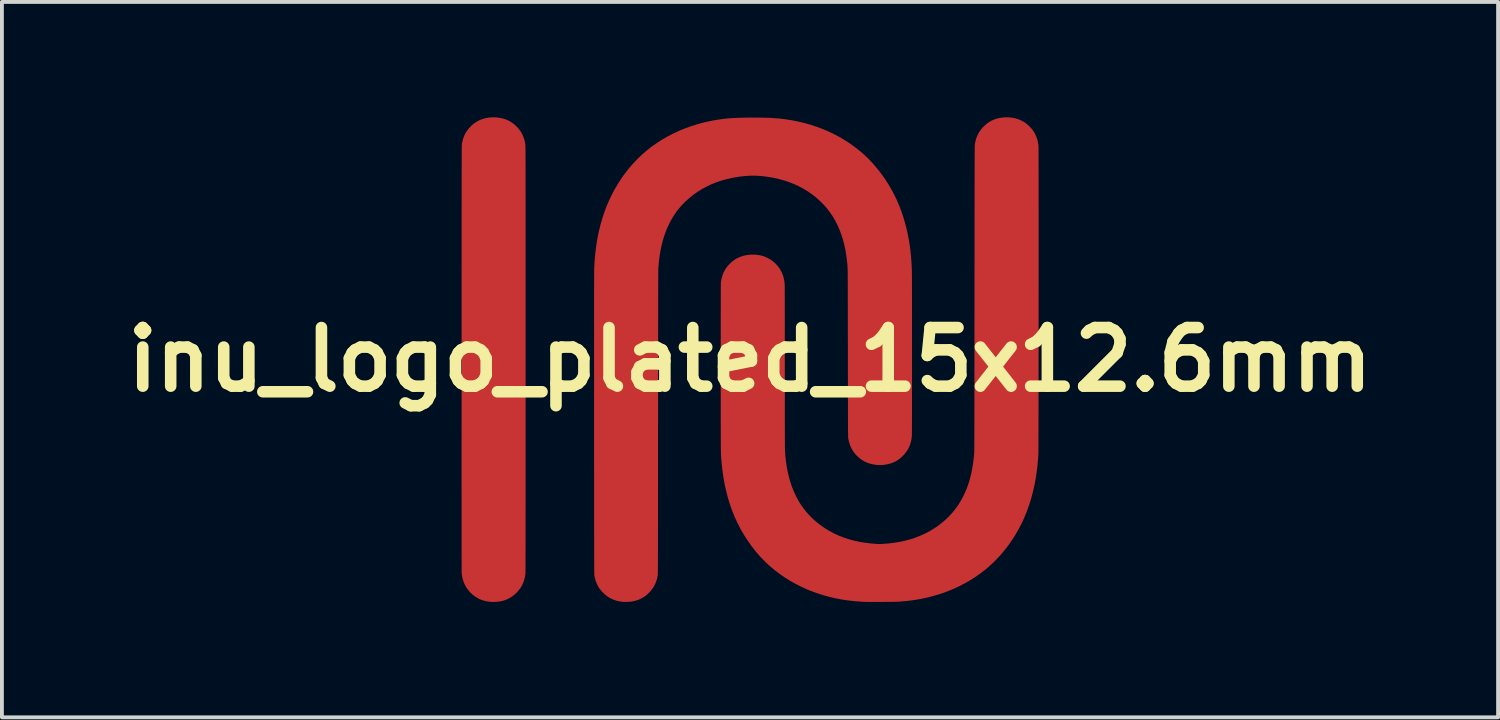
<source format=kicad_pcb>
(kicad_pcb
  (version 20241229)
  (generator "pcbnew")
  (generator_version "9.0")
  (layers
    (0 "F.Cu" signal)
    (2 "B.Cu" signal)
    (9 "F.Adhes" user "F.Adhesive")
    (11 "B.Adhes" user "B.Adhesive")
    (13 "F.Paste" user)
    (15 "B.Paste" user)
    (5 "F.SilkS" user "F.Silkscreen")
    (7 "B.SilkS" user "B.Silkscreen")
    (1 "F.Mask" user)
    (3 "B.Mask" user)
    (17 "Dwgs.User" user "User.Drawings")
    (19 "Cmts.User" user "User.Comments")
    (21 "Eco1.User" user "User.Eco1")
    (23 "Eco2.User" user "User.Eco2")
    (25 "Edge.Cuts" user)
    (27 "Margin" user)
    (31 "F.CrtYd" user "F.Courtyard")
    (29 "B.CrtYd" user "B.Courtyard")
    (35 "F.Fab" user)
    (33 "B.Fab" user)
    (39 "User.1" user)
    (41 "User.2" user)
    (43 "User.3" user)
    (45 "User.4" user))
  (footprint "inu_logo_plated_15x12.6mm"
    (layer "F.Cu")
    (at 16.445 6.298)
    (property "Reference" "inu_logo_plated_15x12.6mm" (at 0 0 0) (layer "F.SilkS") (effects (font (size 1.524 1.524) (thickness 0.3))))
    (attr through_hole)
    (pad "1" smd custom (at -6.858 -3.044) (size 0.5 0.5) (layers "F.Cu" "F.Mask") (options (anchor circle)) (primitives (gr_poly (pts (xy 0.239 -3.254) (xy 0.316 -3.247) (xy 0.39 -3.235) (xy 0.423 -3.227) (xy 0.497 -3.205) (xy 0.568 -3.175) (xy 0.635 -3.139) (xy 0.699 -3.096) (xy 0.758 -3.047) (xy 0.813 -2.993) (xy 0.862 -2.934) (xy 0.906 -2.871) (xy 0.939 -2.811) (xy 0.967 -2.746) (xy 0.99 -2.68) (xy 1.007 -2.609) (xy 1.018 -2.546) (xy 1.018 -2.544) (xy 1.019 -2.541) (xy 1.019 -2.537) (xy 1.019 -2.533) (xy 1.019 -2.529) (xy 1.02 -2.523) (xy 1.02 -2.516) (xy 1.02 -2.508) (xy 1.02 -2.499) (xy 1.021 -2.489) (xy 1.021 -2.477) (xy 1.021 -2.464) (xy 1.021 -2.449) (xy 1.022 -2.432) (xy 1.022 -2.413) (xy 1.022 -2.392) (xy 1.022 -2.369) (xy 1.022 -2.343) (xy 1.023 -2.315) (xy 1.023 -2.285) (xy 1.023 -2.252) (xy 1.023 -2.216) (xy 1.023 -2.177) (xy 1.023 -2.135) (xy 1.023 -2.089) (xy 1.024 -2.041) (xy 1.024 -1.989) (xy 1.024 -1.933) (xy 1.024 -1.874) (xy 1.024 -1.811) (xy 1.024 -1.744) (xy 1.024 -1.674) (xy 1.024 -1.598) (xy 1.024 -1.519) (xy 1.024 -1.435) (xy 1.024 -1.347) (xy 1.024 -1.254) (xy 1.025 -1.157) (xy 1.025 -1.054) (xy 1.025 -0.947) (xy 1.025 -0.834) (xy 1.025 -0.716) (xy 1.025 -0.593) (xy 1.025 -0.464) (xy 1.025 -0.33) (xy 1.025 -0.189) (xy 1.025 -0.043) (xy 1.025 0.109) (xy 1.025 0.267) (xy 1.025 0.431) (xy 1.025 0.602) (xy 1.025 0.779) (xy 1.025 0.963) (xy 1.025 1.153) (xy 1.025 1.35) (xy 1.025 1.555) (xy 1.025 1.766) (xy 1.025 1.984) (xy 1.025 2.21) (xy 1.025 2.444) (xy 1.025 2.684) (xy 1.025 3.04) (xy 1.025 3.298) (xy 1.025 3.548) (xy 1.025 3.79) (xy 1.025 4.025) (xy 1.025 4.253) (xy 1.025 4.473) (xy 1.025 4.686) (xy 1.025 4.892) (xy 1.025 5.091) (xy 1.025 5.283) (xy 1.025 5.468) (xy 1.025 5.646) (xy 1.025 5.819) (xy 1.025 5.984) (xy 1.025 6.144) (xy 1.025 6.297) (xy 1.025 6.444) (xy 1.025 6.585) (xy 1.025 6.72) (xy 1.025 6.849) (xy 1.024 6.973) (xy 1.024 7.092) (xy 1.024 7.204) (xy 1.024 7.312) (xy 1.024 7.414) (xy 1.024 7.511) (xy 1.024 7.604) (xy 1.024 7.691) (xy 1.024 7.774) (xy 1.024 7.852) (xy 1.024 7.925) (xy 1.023 7.994) (xy 1.023 8.059) (xy 1.023 8.119) (xy 1.023 8.176) (xy 1.023 8.228) (xy 1.023 8.277) (xy 1.023 8.321) (xy 1.023 8.362) (xy 1.022 8.4) (xy 1.022 8.434) (xy 1.022 8.465) (xy 1.022 8.492) (xy 1.022 8.517) (xy 1.021 8.538) (xy 1.021 8.557) (xy 1.021 8.573) (xy 1.021 8.586) (xy 1.021 8.597) (xy 1.02 8.605) (xy 1.02 8.611) (xy 1.02 8.615) (xy 1.02 8.615) (xy 1.007 8.696) (xy 0.988 8.771) (xy 0.964 8.842) (xy 0.933 8.908) (xy 0.897 8.971) (xy 0.853 9.031) (xy 0.803 9.089) (xy 0.777 9.115) (xy 0.718 9.167) (xy 0.657 9.212) (xy 0.593 9.25) (xy 0.524 9.282) (xy 0.452 9.307) (xy 0.375 9.325) (xy 0.331 9.333) (xy 0.308 9.336) (xy 0.28 9.338) (xy 0.247 9.34) (xy 0.213 9.341) (xy 0.178 9.341) (xy 0.146 9.341) (xy 0.118 9.34) (xy 0.099 9.339) (xy 0.017 9.327) (xy -0.061 9.308) (xy -0.136 9.283) (xy -0.206 9.25) (xy -0.274 9.211) (xy -0.338 9.164) (xy -0.35 9.154) (xy -0.409 9.1) (xy -0.461 9.042) (xy -0.507 8.979) (xy -0.546 8.912) (xy -0.579 8.841) (xy -0.605 8.767) (xy -0.624 8.689) (xy -0.635 8.609) (xy -0.636 8.6) (xy -0.636 8.595) (xy -0.637 8.585) (xy -0.637 8.571) (xy -0.637 8.551) (xy -0.637 8.526) (xy -0.637 8.496) (xy -0.638 8.461) (xy -0.638 8.421) (xy -0.638 8.376) (xy -0.638 8.325) (xy -0.638 8.268) (xy -0.638 8.206) (xy -0.638 8.138) (xy -0.639 8.065) (xy -0.639 7.986) (xy -0.639 7.901) (xy -0.639 7.81) (xy -0.639 7.713) (xy -0.639 7.61) (xy -0.639 7.501) (xy -0.639 7.385) (xy -0.639 7.264) (xy -0.639 7.136) (xy -0.639 7.002) (xy -0.639 6.861) (xy -0.639 6.714) (xy -0.639 6.56) (xy -0.64 6.399) (xy -0.64 6.232) (xy -0.64 6.057) (xy -0.64 5.876) (xy -0.64 5.688) (xy -0.64 5.493) (xy -0.64 5.29) (xy -0.64 5.081) (xy -0.639 4.864) (xy -0.639 4.64) (xy -0.639 4.409) (xy -0.639 4.17) (xy -0.639 3.923) (xy -0.639 3.669) (xy -0.639 3.407) (xy -0.639 3.137) (xy -0.639 3.011) (xy -0.639 2.758) (xy -0.639 2.514) (xy -0.639 2.277) (xy -0.639 2.047) (xy -0.639 1.825) (xy -0.639 1.61) (xy -0.639 1.402) (xy -0.639 1.202) (xy -0.639 1.008) (xy -0.639 0.821) (xy -0.638 0.64) (xy -0.638 0.466) (xy -0.638 0.299) (xy -0.638 0.138) (xy -0.638 -0.017) (xy -0.638 -0.166) (xy -0.638 -0.309) (xy -0.638 -0.446) (xy -0.638 -0.578) (xy -0.638 -0.704) (xy -0.638 -0.824) (xy -0.638 -0.939) (xy -0.638 -1.049) (xy -0.638 -1.154) (xy -0.637 -1.254) (xy -0.637 -1.349) (xy -0.637 -1.44) (xy -0.637 -1.525) (xy -0.637 -1.607) (xy -0.637 -1.684) (xy -0.637 -1.756) (xy -0.637 -1.825) (xy -0.637 -1.889) (xy -0.637 -1.95) (xy -0.636 -2.007) (xy -0.636 -2.06) (xy -0.636 -2.11) (xy -0.636 -2.157) (xy -0.636 -2.2) (xy -0.636 -2.24) (xy -0.636 -2.277) (xy -0.635 -2.311) (xy -0.635 -2.342) (xy -0.635 -2.371) (xy -0.635 -2.397) (xy -0.635 -2.421) (xy -0.635 -2.442) (xy -0.634 -2.461) (xy -0.634 -2.478) (xy -0.634 -2.494) (xy -0.634 -2.507) (xy -0.633 -2.519) (xy -0.633 -2.529) (xy -0.633 -2.537) (xy -0.633 -2.545) (xy -0.632 -2.551) (xy -0.632 -2.556) (xy -0.632 -2.56) (xy -0.632 -2.563) (xy -0.631 -2.565) (xy -0.631 -2.567) (xy -0.615 -2.643) (xy -0.594 -2.713) (xy -0.569 -2.778) (xy -0.539 -2.84) (xy -0.503 -2.898) (xy -0.462 -2.953) (xy -0.454 -2.963) (xy -0.399 -3.022) (xy -0.34 -3.076) (xy -0.277 -3.122) (xy -0.21 -3.162) (xy -0.14 -3.194) (xy -0.066 -3.22) (xy -0.061 -3.221) (xy 0.01 -3.238) (xy 0.085 -3.249) (xy 0.162 -3.254)) (width 0) (fill yes))))
    (pad "1" smd custom (at 0 -5.715) (size 0.5 0.5) (layers "F.Cu" "F.Mask") (options (anchor circle)) (primitives (gr_poly (pts (xy 0.165 -0.576) (xy 0.248 -0.575) (xy 0.324 -0.574) (xy 0.395 -0.573) (xy 0.462 -0.571) (xy 0.524 -0.569) (xy 0.583 -0.566) (xy 0.639 -0.562) (xy 0.694 -0.558) (xy 0.748 -0.553) (xy 0.801 -0.548) (xy 0.855 -0.541) (xy 0.908 -0.534) (xy 1.081 -0.508) (xy 1.251 -0.474) (xy 1.418 -0.434) (xy 1.582 -0.387) (xy 1.743 -0.334) (xy 1.9 -0.275) (xy 2.054 -0.209) (xy 2.203 -0.137) (xy 2.348 -0.059) (xy 2.488 0.025) (xy 2.624 0.115) (xy 2.754 0.211) (xy 2.88 0.312) (xy 2.963 0.385) (xy 3.078 0.495) (xy 3.188 0.61) (xy 3.293 0.732) (xy 3.394 0.859) (xy 3.489 0.991) (xy 3.579 1.128) (xy 3.663 1.27) (xy 3.742 1.415) (xy 3.814 1.564) (xy 3.879 1.716) (xy 3.939 1.872) (xy 3.988 2.021) (xy 4.03 2.165) (xy 4.068 2.31) (xy 4.101 2.456) (xy 4.129 2.604) (xy 4.153 2.754) (xy 4.172 2.909) (xy 4.188 3.068) (xy 4.199 3.232) (xy 4.207 3.402) (xy 4.207 3.411) (xy 4.207 3.424) (xy 4.208 3.444) (xy 4.208 3.471) (xy 4.208 3.506) (xy 4.208 3.546) (xy 4.209 3.593) (xy 4.209 3.646) (xy 4.209 3.705) (xy 4.209 3.769) (xy 4.209 3.838) (xy 4.21 3.912) (xy 4.21 3.991) (xy 4.21 4.073) (xy 4.21 4.16) (xy 4.21 4.251) (xy 4.21 4.345) (xy 4.21 4.442) (xy 4.211 4.542) (xy 4.211 4.645) (xy 4.211 4.75) (xy 4.211 4.857) (xy 4.211 4.966) (xy 4.211 5.076) (xy 4.211 5.187) (xy 4.211 5.299) (xy 4.211 5.412) (xy 4.211 5.526) (xy 4.211 5.639) (xy 4.211 5.752) (xy 4.211 5.865) (xy 4.211 5.977) (xy 4.211 6.088) (xy 4.211 6.197) (xy 4.211 6.305) (xy 4.211 6.411) (xy 4.211 6.515) (xy 4.211 6.616) (xy 4.21 6.715) (xy 4.21 6.81) (xy 4.21 6.902) (xy 4.21 6.991) (xy 4.21 7.076) (xy 4.21 7.156) (xy 4.21 7.233) (xy 4.209 7.304) (xy 4.209 7.37) (xy 4.209 7.432) (xy 4.209 7.487) (xy 4.209 7.537) (xy 4.208 7.581) (xy 4.208 7.618) (xy 4.208 7.649) (xy 4.208 7.672) (xy 4.207 7.689) (xy 4.207 7.698) (xy 4.207 7.699) (xy 4.197 7.781) (xy 4.18 7.858) (xy 4.158 7.931) (xy 4.129 8) (xy 4.093 8.066) (xy 4.05 8.128) (xy 4 8.188) (xy 3.965 8.224) (xy 3.908 8.275) (xy 3.85 8.319) (xy 3.788 8.357) (xy 3.723 8.388) (xy 3.654 8.413) (xy 3.58 8.433) (xy 3.5 8.447) (xy 3.493 8.448) (xy 3.473 8.45) (xy 3.447 8.452) (xy 3.417 8.453) (xy 3.384 8.453) (xy 3.351 8.453) (xy 3.319 8.452) (xy 3.291 8.451) (xy 3.268 8.449) (xy 3.26 8.448) (xy 3.18 8.434) (xy 3.106 8.415) (xy 3.036 8.39) (xy 2.971 8.359) (xy 2.908 8.321) (xy 2.848 8.277) (xy 2.811 8.245) (xy 2.755 8.19) (xy 2.706 8.132) (xy 2.664 8.069) (xy 2.628 8.003) (xy 2.598 7.933) (xy 2.574 7.858) (xy 2.556 7.777) (xy 2.553 7.759) (xy 2.552 7.756) (xy 2.552 7.752) (xy 2.552 7.747) (xy 2.551 7.741) (xy 2.551 7.734) (xy 2.55 7.725) (xy 2.55 7.715) (xy 2.55 7.703) (xy 2.549 7.689) (xy 2.549 7.672) (xy 2.549 7.654) (xy 2.548 7.632) (xy 2.548 7.608) (xy 2.548 7.58) (xy 2.548 7.55) (xy 2.547 7.516) (xy 2.547 7.478) (xy 2.547 7.437) (xy 2.547 7.392) (xy 2.547 7.342) (xy 2.546 7.288) (xy 2.546 7.23) (xy 2.546 7.166) (xy 2.546 7.098) (xy 2.546 7.025) (xy 2.546 6.946) (xy 2.546 6.861) (xy 2.545 6.771) (xy 2.545 6.675) (xy 2.545 6.573) (xy 2.545 6.464) (xy 2.545 6.349) (xy 2.545 6.227) (xy 2.544 6.098) (xy 2.544 5.963) (xy 2.544 5.819) (xy 2.544 5.668) (xy 2.544 5.55) (xy 2.544 5.393) (xy 2.544 5.243) (xy 2.543 5.101) (xy 2.543 4.966) (xy 2.543 4.838) (xy 2.543 4.718) (xy 2.543 4.603) (xy 2.543 4.495) (xy 2.543 4.394) (xy 2.542 4.298) (xy 2.542 4.208) (xy 2.542 4.124) (xy 2.542 4.045) (xy 2.542 3.971) (xy 2.542 3.903) (xy 2.541 3.839) (xy 2.541 3.779) (xy 2.541 3.725) (xy 2.541 3.674) (xy 2.54 3.627) (xy 2.54 3.584) (xy 2.54 3.544) (xy 2.539 3.508) (xy 2.539 3.475) (xy 2.539 3.445) (xy 2.538 3.418) (xy 2.538 3.393) (xy 2.537 3.37) (xy 2.536 3.35) (xy 2.536 3.331) (xy 2.535 3.314) (xy 2.534 3.299) (xy 2.534 3.285) (xy 2.533 3.272) (xy 2.532 3.26) (xy 2.531 3.248) (xy 2.53 3.238) (xy 2.529 3.227) (xy 2.528 3.216) (xy 2.527 3.205) (xy 2.526 3.194) (xy 2.524 3.182) (xy 2.523 3.17) (xy 2.522 3.161) (xy 2.503 3.01) (xy 2.479 2.863) (xy 2.449 2.723) (xy 2.413 2.587) (xy 2.371 2.457) (xy 2.324 2.332) (xy 2.271 2.213) (xy 2.212 2.099) (xy 2.148 1.989) (xy 2.077 1.885) (xy 2.001 1.786) (xy 1.919 1.692) (xy 1.831 1.603) (xy 1.821 1.593) (xy 1.721 1.504) (xy 1.617 1.422) (xy 1.508 1.346) (xy 1.394 1.276) (xy 1.275 1.212) (xy 1.153 1.155) (xy 1.025 1.104) (xy 0.894 1.06) (xy 0.758 1.022) (xy 0.618 0.99) (xy 0.49 0.968) (xy 0.385 0.953) (xy 0.285 0.942) (xy 0.189 0.936) (xy 0.095 0.933) (xy 0.000346 0.934) (xy -0.095 0.94) (xy -0.194 0.949) (xy -0.297 0.962) (xy -0.334 0.968) (xy -0.478 0.993) (xy -0.618 1.025) (xy -0.754 1.064) (xy -0.885 1.109) (xy -1.011 1.16) (xy -1.133 1.218) (xy -1.251 1.282) (xy -1.364 1.353) (xy -1.473 1.43) (xy -1.576 1.513) (xy -1.676 1.603) (xy -1.709 1.636) (xy -1.779 1.708) (xy -1.843 1.781) (xy -1.902 1.855) (xy -1.956 1.933) (xy -2.008 2.014) (xy -2.058 2.1) (xy -2.099 2.18) (xy -2.154 2.297) (xy -2.202 2.419) (xy -2.245 2.545) (xy -2.282 2.676) (xy -2.314 2.812) (xy -2.34 2.954) (xy -2.361 3.101) (xy -2.363 3.12) (xy -2.366 3.149) (xy -2.369 3.176) (xy -2.372 3.204) (xy -2.374 3.234) (xy -2.377 3.267) (xy -2.38 3.305) (xy -2.384 3.348) (xy -2.384 3.353) (xy -2.384 3.362) (xy -2.384 3.375) (xy -2.385 3.392) (xy -2.385 3.413) (xy -2.385 3.438) (xy -2.385 3.468) (xy -2.385 3.502) (xy -2.386 3.54) (xy -2.386 3.583) (xy -2.386 3.63) (xy -2.386 3.683) (xy -2.386 3.74) (xy -2.387 3.803) (xy -2.387 3.87) (xy -2.387 3.943) (xy -2.387 4.021) (xy -2.387 4.105) (xy -2.388 4.194) (xy -2.388 4.289) (xy -2.388 4.39) (xy -2.388 4.496) (xy -2.388 4.609) (xy -2.388 4.727) (xy -2.389 4.852) (xy -2.389 4.984) (xy -2.389 5.121) (xy -2.389 5.266) (xy -2.389 5.417) (xy -2.389 5.574) (xy -2.389 5.739) (xy -2.39 5.91) (xy -2.39 6.089) (xy -2.39 6.275) (xy -2.39 6.468) (xy -2.39 6.668) (xy -2.39 6.877) (xy -2.39 7.092) (xy -2.39 7.316) (xy -2.39 7.349) (xy -2.391 7.561) (xy -2.391 7.765) (xy -2.391 7.962) (xy -2.391 8.151) (xy -2.391 8.333) (xy -2.391 8.508) (xy -2.391 8.676) (xy -2.391 8.837) (xy -2.391 8.991) (xy -2.392 9.139) (xy -2.392 9.281) (xy -2.392 9.416) (xy -2.392 9.545) (xy -2.392 9.668) (xy -2.392 9.785) (xy -2.392 9.896) (xy -2.392 10.002) (xy -2.392 10.102) (xy -2.393 10.198) (xy -2.393 10.288) (xy -2.393 10.373) (xy -2.393 10.453) (xy -2.393 10.529) (xy -2.393 10.6) (xy -2.393 10.666) (xy -2.393 10.729) (xy -2.394 10.787) (xy -2.394 10.841) (xy -2.394 10.891) (xy -2.394 10.938) (xy -2.394 10.981) (xy -2.394 11.021) (xy -2.395 11.058) (xy -2.395 11.091) (xy -2.395 11.122) (xy -2.395 11.15) (xy -2.395 11.175) (xy -2.396 11.197) (xy -2.396 11.217) (xy -2.396 11.235) (xy -2.396 11.251) (xy -2.397 11.265) (xy -2.397 11.277) (xy -2.397 11.287) (xy -2.397 11.296) (xy -2.398 11.304) (xy -2.398 11.31) (xy -2.398 11.315) (xy -2.399 11.32) (xy -2.399 11.323) (xy -2.399 11.326) (xy -2.4 11.328) (xy -2.416 11.406) (xy -2.438 11.478) (xy -2.465 11.545) (xy -2.497 11.608) (xy -2.536 11.668) (xy -2.581 11.726) (xy -2.626 11.774) (xy -2.669 11.815) (xy -2.71 11.85) (xy -2.752 11.88) (xy -2.797 11.907) (xy -2.844 11.932) (xy -2.916 11.962) (xy -2.992 11.985) (xy -3.071 12.002) (xy -3.098 12.006) (xy -3.119 12.008) (xy -3.146 12.01) (xy -3.176 12.011) (xy -3.208 12.012) (xy -3.24 12.012) (xy -3.27 12.012) (xy -3.296 12.011) (xy -3.313 12.01) (xy -3.395 11.998) (xy -3.473 11.98) (xy -3.547 11.955) (xy -3.618 11.923) (xy -3.684 11.885) (xy -3.748 11.839) (xy -3.807 11.786) (xy -3.831 11.762) (xy -3.877 11.71) (xy -3.918 11.657) (xy -3.952 11.601) (xy -3.982 11.541) (xy -4.007 11.478) (xy -4.027 11.409) (xy -4.044 11.334) (xy -4.045 11.331) (xy -4.045 11.329) (xy -4.046 11.326) (xy -4.046 11.322) (xy -4.046 11.317) (xy -4.047 11.312) (xy -4.047 11.305) (xy -4.047 11.296) (xy -4.048 11.286) (xy -4.048 11.274) (xy -4.048 11.261) (xy -4.048 11.245) (xy -4.049 11.228) (xy -4.049 11.208) (xy -4.049 11.186) (xy -4.049 11.161) (xy -4.049 11.133) (xy -4.05 11.103) (xy -4.05 11.069) (xy -4.05 11.033) (xy -4.05 10.993) (xy -4.05 10.95) (xy -4.05 10.903) (xy -4.051 10.853) (xy -4.051 10.798) (xy -4.051 10.74) (xy -4.051 10.678) (xy -4.051 10.611) (xy -4.051 10.54) (xy -4.051 10.464) (xy -4.051 10.384) (xy -4.051 10.298) (xy -4.052 10.208) (xy -4.052 10.113) (xy -4.052 10.012) (xy -4.052 9.906) (xy -4.052 9.794) (xy -4.052 9.677) (xy -4.052 9.554) (xy -4.052 9.424) (xy -4.052 9.289) (xy -4.052 9.147) (xy -4.052 8.999) (xy -4.052 8.844) (xy -4.052 8.683) (xy -4.053 8.514) (xy -4.053 8.339) (xy -4.053 8.156) (xy -4.053 7.967) (xy -4.053 7.769) (xy -4.053 7.565) (xy -4.053 7.37) (xy -4.053 7.135) (xy -4.053 6.907) (xy -4.053 6.687) (xy -4.053 6.474) (xy -4.053 6.269) (xy -4.053 6.072) (xy -4.053 5.882) (xy -4.053 5.7) (xy -4.053 5.525) (xy -4.053 5.357) (xy -4.053 5.196) (xy -4.053 5.043) (xy -4.053 4.897) (xy -4.053 4.757) (xy -4.053 4.625) (xy -4.053 4.499) (xy -4.053 4.381) (xy -4.053 4.269) (xy -4.053 4.164) (xy -4.053 4.065) (xy -4.053 3.973) (xy -4.052 3.887) (xy -4.052 3.808) (xy -4.052 3.736) (xy -4.052 3.669) (xy -4.052 3.609) (xy -4.052 3.555) (xy -4.051 3.507) (xy -4.051 3.466) (xy -4.051 3.43) (xy -4.051 3.4) (xy -4.051 3.376) (xy -4.05 3.357) (xy -4.05 3.345) (xy -4.05 3.34) (xy -4.039 3.142) (xy -4.021 2.948) (xy -3.998 2.759) (xy -3.968 2.575) (xy -3.932 2.396) (xy -3.89 2.221) (xy -3.842 2.051) (xy -3.787 1.885) (xy -3.727 1.724) (xy -3.659 1.567) (xy -3.586 1.414) (xy -3.506 1.266) (xy -3.42 1.122) (xy -3.328 0.982) (xy -3.248 0.872) (xy -3.147 0.743) (xy -3.04 0.619) (xy -2.928 0.501) (xy -2.811 0.389) (xy -2.69 0.284) (xy -2.564 0.184) (xy -2.552 0.175) (xy -2.421 0.083) (xy -2.285 -0.004) (xy -2.144 -0.085) (xy -1.998 -0.161) (xy -1.848 -0.231) (xy -1.694 -0.294) (xy -1.537 -0.351) (xy -1.376 -0.402) (xy -1.212 -0.447) (xy -1.047 -0.484) (xy -0.914 -0.509) (xy -0.851 -0.52) (xy -0.789 -0.529) (xy -0.729 -0.538) (xy -0.67 -0.545) (xy -0.61 -0.552) (xy -0.55 -0.557) (xy -0.488 -0.562) (xy -0.424 -0.566) (xy -0.356 -0.569) (xy -0.285 -0.572) (xy -0.209 -0.573) (xy -0.127 -0.575) (xy -0.04 -0.576) (xy 0.055 -0.576) (xy 0.075 -0.576)) (width 0) (fill yes))))
    (pad "1" smd custom (at 0 -1.143) (size 0.5 0.5) (layers "F.Cu" "F.Mask") (options (anchor circle)) (primitives (gr_poly (pts (xy 6.696 -5.155) (xy 6.742 -5.153) (xy 6.783 -5.149) (xy 6.821 -5.145) (xy 6.858 -5.138) (xy 6.896 -5.129) (xy 6.902 -5.128) (xy 6.977 -5.104) (xy 7.049 -5.074) (xy 7.117 -5.037) (xy 7.181 -4.993) (xy 7.242 -4.942) (xy 7.298 -4.884) (xy 7.317 -4.863) (xy 7.363 -4.802) (xy 7.403 -4.736) (xy 7.436 -4.666) (xy 7.463 -4.593) (xy 7.483 -4.516) (xy 7.496 -4.437) (xy 7.498 -4.413) (xy 7.498 -4.406) (xy 7.499 -4.392) (xy 7.499 -4.37) (xy 7.499 -4.341) (xy 7.499 -4.305) (xy 7.499 -4.262) (xy 7.5 -4.212) (xy 7.5 -4.156) (xy 7.5 -4.094) (xy 7.5 -4.025) (xy 7.5 -3.951) (xy 7.5 -3.871) (xy 7.501 -3.786) (xy 7.501 -3.696) (xy 7.501 -3.6) (xy 7.501 -3.5) (xy 7.501 -3.395) (xy 7.501 -3.286) (xy 7.501 -3.173) (xy 7.501 -3.055) (xy 7.501 -2.934) (xy 7.501 -2.809) (xy 7.502 -2.681) (xy 7.502 -2.55) (xy 7.502 -2.415) (xy 7.502 -2.278) (xy 7.502 -2.139) (xy 7.502 -1.997) (xy 7.502 -1.853) (xy 7.502 -1.707) (xy 7.502 -1.559) (xy 7.502 -1.409) (xy 7.502 -1.259) (xy 7.502 -1.107) (xy 7.502 -0.954) (xy 7.502 -0.801) (xy 7.501 -0.647) (xy 7.501 -0.492) (xy 7.501 -0.338) (xy 7.501 -0.183) (xy 7.501 -0.029) (xy 7.501 0.124) (xy 7.501 0.277) (xy 7.501 0.429) (xy 7.501 0.58) (xy 7.501 0.73) (xy 7.501 0.878) (xy 7.501 1.024) (xy 7.5 1.168) (xy 7.5 1.311) (xy 7.5 1.451) (xy 7.5 1.588) (xy 7.5 1.723) (xy 7.5 1.854) (xy 7.5 1.983) (xy 7.499 2.108) (xy 7.499 2.23) (xy 7.499 2.348) (xy 7.499 2.462) (xy 7.499 2.571) (xy 7.498 2.677) (xy 7.498 2.778) (xy 7.498 2.874) (xy 7.498 2.965) (xy 7.498 3.051) (xy 7.497 3.131) (xy 7.497 3.206) (xy 7.497 3.275) (xy 7.497 3.338) (xy 7.497 3.395) (xy 7.496 3.445) (xy 7.496 3.489) (xy 7.496 3.526) (xy 7.496 3.556) (xy 7.495 3.579) (xy 7.495 3.595) (xy 7.495 3.602) (xy 7.495 3.602) (xy 7.491 3.663) (xy 7.487 3.717) (xy 7.483 3.765) (xy 7.479 3.809) (xy 7.475 3.85) (xy 7.472 3.89) (xy 7.468 3.928) (xy 7.463 3.967) (xy 7.458 4.007) (xy 7.457 4.021) (xy 7.43 4.209) (xy 7.396 4.392) (xy 7.356 4.571) (xy 7.31 4.745) (xy 7.257 4.915) (xy 7.198 5.081) (xy 7.132 5.242) (xy 7.06 5.399) (xy 6.981 5.551) (xy 6.896 5.699) (xy 6.804 5.842) (xy 6.706 5.981) (xy 6.694 5.997) (xy 6.597 6.12) (xy 6.495 6.239) (xy 6.389 6.352) (xy 6.279 6.459) (xy 6.166 6.56) (xy 6.125 6.593) (xy 5.996 6.694) (xy 5.862 6.788) (xy 5.724 6.876) (xy 5.58 6.959) (xy 5.432 7.035) (xy 5.28 7.105) (xy 5.123 7.169) (xy 4.963 7.226) (xy 4.8 7.276) (xy 4.633 7.321) (xy 4.463 7.358) (xy 4.339 7.38) (xy 4.269 7.391) (xy 4.199 7.401) (xy 4.125 7.41) (xy 4.048 7.419) (xy 3.966 7.426) (xy 3.877 7.433) (xy 3.863 7.434) (xy 3.85 7.435) (xy 3.829 7.436) (xy 3.802 7.436) (xy 3.769 7.437) (xy 3.731 7.438) (xy 3.689 7.438) (xy 3.642 7.439) (xy 3.593 7.439) (xy 3.541 7.439) (xy 3.488 7.44) (xy 3.433 7.44) (xy 3.378 7.44) (xy 3.324 7.44) (xy 3.27 7.44) (xy 3.218 7.44) (xy 3.169 7.44) (xy 3.122 7.44) (xy 3.079 7.44) (xy 3.041 7.439) (xy 3.007 7.439) (xy 2.98 7.439) (xy 2.959 7.438) (xy 2.949 7.438) (xy 2.763 7.425) (xy 2.581 7.406) (xy 2.403 7.381) (xy 2.229 7.348) (xy 2.058 7.308) (xy 1.891 7.262) (xy 1.727 7.209) (xy 1.566 7.149) (xy 1.48 7.114) (xy 1.328 7.045) (xy 1.181 6.97) (xy 1.039 6.891) (xy 0.903 6.805) (xy 0.771 6.714) (xy 0.644 6.617) (xy 0.521 6.514) (xy 0.505 6.5) (xy 0.48 6.477) (xy 0.451 6.45) (xy 0.419 6.419) (xy 0.386 6.387) (xy 0.353 6.354) (xy 0.321 6.321) (xy 0.29 6.29) (xy 0.263 6.261) (xy 0.241 6.237) (xy 0.239 6.234) (xy 0.14 6.119) (xy 0.045 5.997) (xy -0.046 5.869) (xy -0.133 5.737) (xy -0.214 5.601) (xy -0.25 5.537) (xy -0.326 5.389) (xy -0.397 5.236) (xy -0.461 5.077) (xy -0.519 4.915) (xy -0.571 4.747) (xy -0.616 4.575) (xy -0.656 4.397) (xy -0.689 4.216) (xy -0.716 4.029) (xy -0.737 3.838) (xy -0.745 3.75) (xy -0.746 3.735) (xy -0.747 3.721) (xy -0.748 3.708) (xy -0.749 3.694) (xy -0.75 3.681) (xy -0.751 3.668) (xy -0.752 3.654) (xy -0.753 3.64) (xy -0.753 3.625) (xy -0.754 3.609) (xy -0.755 3.591) (xy -0.755 3.573) (xy -0.756 3.552) (xy -0.756 3.53) (xy -0.757 3.506) (xy -0.757 3.48) (xy -0.758 3.451) (xy -0.758 3.419) (xy -0.758 3.385) (xy -0.759 3.347) (xy -0.759 3.307) (xy -0.759 3.262) (xy -0.759 3.214) (xy -0.76 3.162) (xy -0.76 3.106) (xy -0.76 3.046) (xy -0.76 2.981) (xy -0.76 2.912) (xy -0.76 2.837) (xy -0.761 2.758) (xy -0.761 2.672) (xy -0.761 2.582) (xy -0.761 2.485) (xy -0.761 2.383) (xy -0.761 2.274) (xy -0.761 2.159) (xy -0.761 2.038) (xy -0.761 1.909) (xy -0.761 1.774) (xy -0.761 1.631) (xy -0.761 1.481) (xy -0.761 1.326) (xy -0.761 1.169) (xy -0.761 1.021) (xy -0.761 0.879) (xy -0.761 0.745) (xy -0.761 0.618) (xy -0.761 0.498) (xy -0.761 0.385) (xy -0.761 0.278) (xy -0.761 0.177) (xy -0.761 0.082) (xy -0.761 -0.006) (xy -0.761 -0.089) (xy -0.76 -0.167) (xy -0.76 -0.239) (xy -0.76 -0.306) (xy -0.76 -0.368) (xy -0.76 -0.425) (xy -0.76 -0.478) (xy -0.76 -0.527) (xy -0.76 -0.571) (xy -0.76 -0.612) (xy -0.759 -0.649) (xy -0.759 -0.682) (xy -0.759 -0.712) (xy -0.759 -0.739) (xy -0.759 -0.763) (xy -0.758 -0.784) (xy -0.758 -0.802) (xy -0.758 -0.818) (xy -0.757 -0.832) (xy -0.757 -0.844) (xy -0.757 -0.855) (xy -0.756 -0.863) (xy -0.756 -0.871) (xy -0.756 -0.877) (xy -0.755 -0.882) (xy -0.755 -0.887) (xy -0.754 -0.89) (xy -0.754 -0.894) (xy -0.737 -0.975) (xy -0.714 -1.052) (xy -0.685 -1.124) (xy -0.65 -1.192) (xy -0.608 -1.255) (xy -0.606 -1.257) (xy -0.589 -1.279) (xy -0.568 -1.304) (xy -0.544 -1.33) (xy -0.518 -1.356) (xy -0.494 -1.38) (xy -0.472 -1.4) (xy -0.46 -1.409) (xy -0.397 -1.456) (xy -0.33 -1.495) (xy -0.26 -1.527) (xy -0.185 -1.553) (xy -0.108 -1.571) (xy -0.038 -1.582) (xy -0.013 -1.584) (xy 0.018 -1.585) (xy 0.052 -1.586) (xy 0.088 -1.586) (xy 0.124 -1.585) (xy 0.157 -1.583) (xy 0.185 -1.581) (xy 0.195 -1.58) (xy 0.275 -1.566) (xy 0.352 -1.545) (xy 0.425 -1.516) (xy 0.495 -1.481) (xy 0.56 -1.44) (xy 0.622 -1.391) (xy 0.681 -1.335) (xy 0.681 -1.335) (xy 0.733 -1.275) (xy 0.777 -1.212) (xy 0.815 -1.145) (xy 0.846 -1.074) (xy 0.871 -1) (xy 0.888 -0.922) (xy 0.899 -0.839) (xy 0.9 -0.816) (xy 0.901 -0.807) (xy 0.901 -0.79) (xy 0.901 -0.765) (xy 0.902 -0.733) (xy 0.902 -0.693) (xy 0.902 -0.646) (xy 0.902 -0.591) (xy 0.903 -0.528) (xy 0.903 -0.458) (xy 0.903 -0.381) (xy 0.903 -0.297) (xy 0.903 -0.205) (xy 0.904 -0.106) (xy 0.904 -0.000302) (xy 0.904 0.113) (xy 0.904 0.233) (xy 0.904 0.36) (xy 0.904 0.493) (xy 0.904 0.634) (xy 0.904 0.781) (xy 0.904 0.935) (xy 0.904 1.096) (xy 0.904 1.263) (xy 0.904 1.328) (xy 0.904 1.499) (xy 0.904 1.663) (xy 0.904 1.82) (xy 0.904 1.971) (xy 0.905 2.115) (xy 0.905 2.253) (xy 0.905 2.383) (xy 0.905 2.506) (xy 0.905 2.623) (xy 0.905 2.732) (xy 0.905 2.834) (xy 0.905 2.929) (xy 0.906 3.017) (xy 0.906 3.097) (xy 0.906 3.17) (xy 0.906 3.236) (xy 0.907 3.295) (xy 0.907 3.345) (xy 0.907 3.388) (xy 0.907 3.424) (xy 0.908 3.452) (xy 0.908 3.472) (xy 0.908 3.484) (xy 0.908 3.486) (xy 0.919 3.643) (xy 0.935 3.793) (xy 0.957 3.938) (xy 0.984 4.078) (xy 1.016 4.212) (xy 1.054 4.341) (xy 1.097 4.466) (xy 1.145 4.585) (xy 1.199 4.699) (xy 1.259 4.811) (xy 1.325 4.916) (xy 1.395 5.016) (xy 1.471 5.111) (xy 1.553 5.201) (xy 1.642 5.288) (xy 1.73 5.365) (xy 1.835 5.447) (xy 1.944 5.523) (xy 2.057 5.592) (xy 2.174 5.655) (xy 2.296 5.712) (xy 2.422 5.762) (xy 2.553 5.806) (xy 2.688 5.844) (xy 2.827 5.875) (xy 2.972 5.9) (xy 3.121 5.919) (xy 3.275 5.932) (xy 3.288 5.932) (xy 3.326 5.934) (xy 3.36 5.935) (xy 3.394 5.935) (xy 3.429 5.934) (xy 3.451 5.932) (xy 3.604 5.921) (xy 3.753 5.902) (xy 3.897 5.878) (xy 4.036 5.848) (xy 4.17 5.812) (xy 4.3 5.769) (xy 4.425 5.72) (xy 4.547 5.665) (xy 4.664 5.604) (xy 4.769 5.541) (xy 4.879 5.467) (xy 4.984 5.387) (xy 5.082 5.303) (xy 5.174 5.214) (xy 5.26 5.12) (xy 5.34 5.021) (xy 5.414 4.917) (xy 5.481 4.808) (xy 5.543 4.694) (xy 5.599 4.575) (xy 5.649 4.451) (xy 5.692 4.322) (xy 5.696 4.31) (xy 5.717 4.239) (xy 5.735 4.167) (xy 5.752 4.095) (xy 5.768 4.022) (xy 5.781 3.945) (xy 5.794 3.865) (xy 5.805 3.781) (xy 5.816 3.691) (xy 5.825 3.594) (xy 5.828 3.565) (xy 5.828 3.56) (xy 5.828 3.552) (xy 5.829 3.54) (xy 5.829 3.524) (xy 5.829 3.504) (xy 5.829 3.48) (xy 5.829 3.452) (xy 5.83 3.419) (xy 5.83 3.383) (xy 5.83 3.341) (xy 5.83 3.296) (xy 5.831 3.245) (xy 5.831 3.19) (xy 5.831 3.129) (xy 5.831 3.064) (xy 5.831 2.994) (xy 5.831 2.918) (xy 5.832 2.837) (xy 5.832 2.75) (xy 5.832 2.658) (xy 5.832 2.56) (xy 5.832 2.457) (xy 5.832 2.347) (xy 5.833 2.231) (xy 5.833 2.11) (xy 5.833 1.982) (xy 5.833 1.847) (xy 5.833 1.706) (xy 5.833 1.559) (xy 5.833 1.405) (xy 5.834 1.244) (xy 5.834 1.076) (xy 5.834 0.901) (xy 5.834 0.719) (xy 5.834 0.53) (xy 5.834 0.334) (xy 5.834 0.13) (xy 5.835 -0.082) (xy 5.835 -0.301) (xy 5.835 -0.447) (xy 5.835 -0.668) (xy 5.835 -0.881) (xy 5.835 -1.086) (xy 5.835 -1.283) (xy 5.836 -1.473) (xy 5.836 -1.656) (xy 5.836 -1.832) (xy 5.836 -2.001) (xy 5.836 -2.163) (xy 5.836 -2.318) (xy 5.836 -2.467) (xy 5.836 -2.609) (xy 5.837 -2.744) (xy 5.837 -2.874) (xy 5.837 -2.997) (xy 5.837 -3.114) (xy 5.837 -3.225) (xy 5.837 -3.33) (xy 5.837 -3.43) (xy 5.838 -3.524) (xy 5.838 -3.613) (xy 5.838 -3.696) (xy 5.838 -3.775) (xy 5.838 -3.848) (xy 5.838 -3.916) (xy 5.839 -3.98) (xy 5.839 -4.038) (xy 5.839 -4.092) (xy 5.839 -4.142) (xy 5.839 -4.188) (xy 5.84 -4.229) (xy 5.84 -4.266) (xy 5.84 -4.299) (xy 5.84 -4.328) (xy 5.84 -4.354) (xy 5.841 -4.376) (xy 5.841 -4.394) (xy 5.841 -4.409) (xy 5.841 -4.421) (xy 5.842 -4.43) (xy 5.842 -4.436) (xy 5.842 -4.438) (xy 5.852 -4.494) (xy 5.862 -4.543) (xy 5.874 -4.588) (xy 5.888 -4.63) (xy 5.905 -4.671) (xy 5.921 -4.706) (xy 5.949 -4.758) (xy 5.979 -4.806) (xy 6.013 -4.851) (xy 6.051 -4.895) (xy 6.076 -4.92) (xy 6.135 -4.974) (xy 6.198 -5.021) (xy 6.263 -5.061) (xy 6.333 -5.093) (xy 6.405 -5.119) (xy 6.481 -5.138) (xy 6.561 -5.15) (xy 6.645 -5.155)) (width 0) (fill yes)))))
  (gr_rect
    (start -3 -3)
    (end 35.889 15.595)
    (stroke (width 0.1) (type default))
    (fill no)
    (layer "Edge.Cuts")))
</source>
